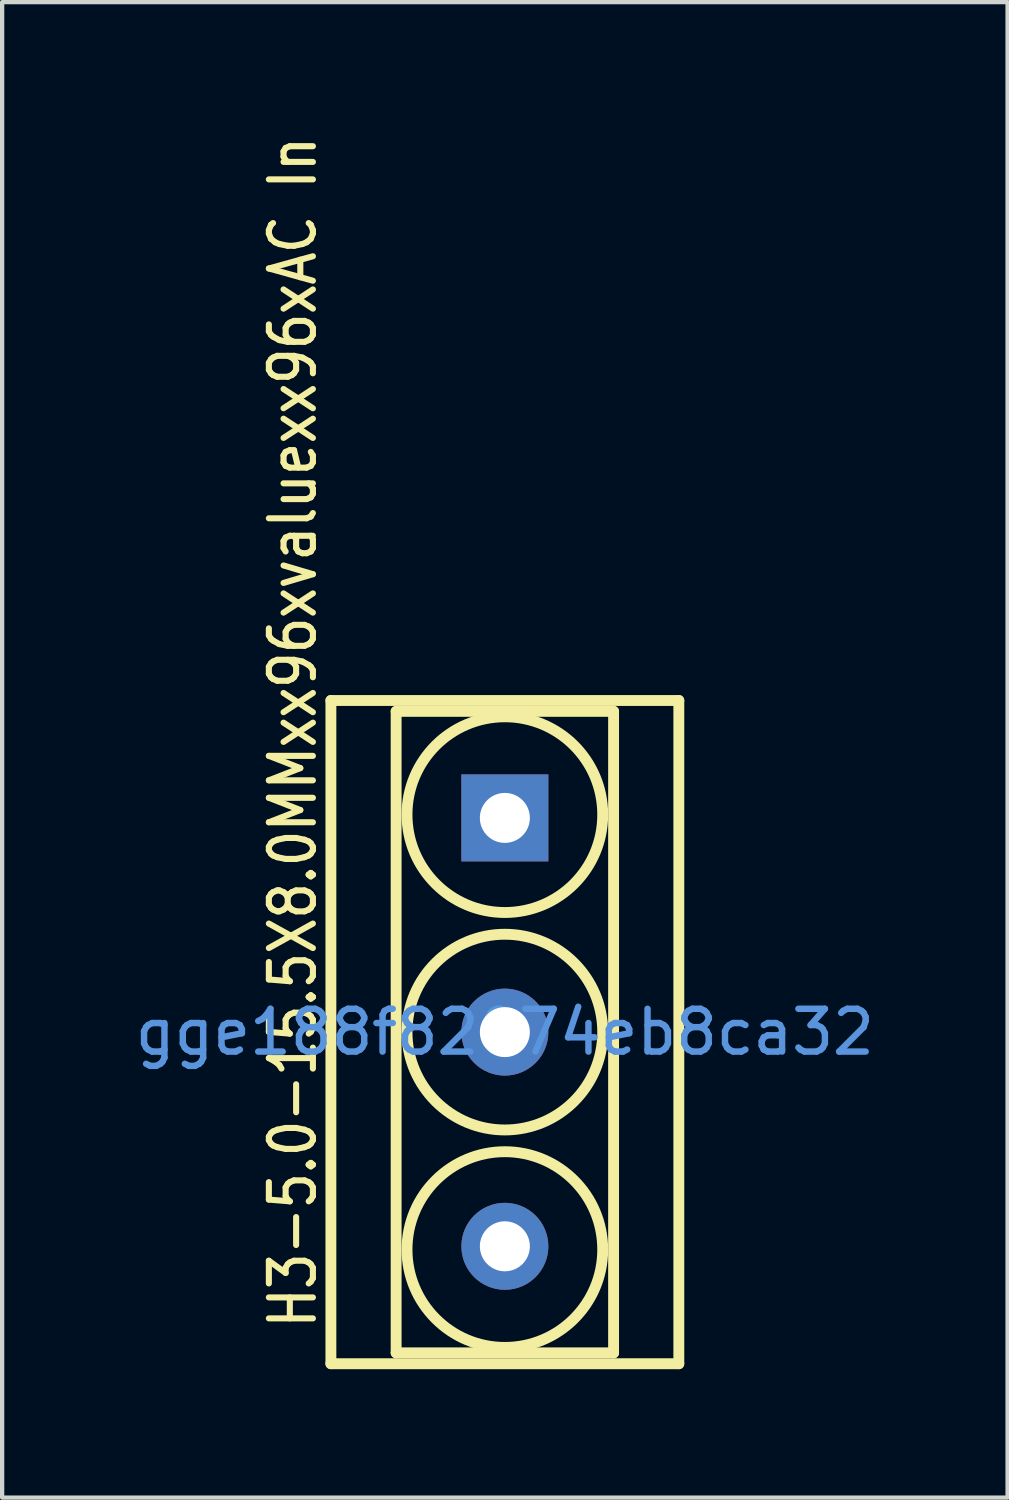
<source format=kicad_pcb>
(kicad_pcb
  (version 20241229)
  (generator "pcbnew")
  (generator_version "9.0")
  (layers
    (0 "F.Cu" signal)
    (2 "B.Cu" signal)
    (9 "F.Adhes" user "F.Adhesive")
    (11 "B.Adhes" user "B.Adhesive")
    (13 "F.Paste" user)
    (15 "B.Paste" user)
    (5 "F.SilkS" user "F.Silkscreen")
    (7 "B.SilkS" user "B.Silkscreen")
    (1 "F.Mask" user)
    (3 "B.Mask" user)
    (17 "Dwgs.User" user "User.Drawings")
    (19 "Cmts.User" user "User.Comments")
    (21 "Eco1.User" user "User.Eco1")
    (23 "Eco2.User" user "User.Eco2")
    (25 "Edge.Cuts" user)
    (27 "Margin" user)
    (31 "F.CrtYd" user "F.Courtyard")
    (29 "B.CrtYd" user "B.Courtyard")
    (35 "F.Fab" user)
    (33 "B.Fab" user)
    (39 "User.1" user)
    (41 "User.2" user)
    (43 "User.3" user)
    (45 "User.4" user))
  (footprint "H3-5.0-15.5X8.0MMxx96xvaluexx96xAC In"
    (layer "F.Cu")
    (at 8.744 21.061)
    (property "Reference" "H3-5.0-15.5X8.0MMxx96xvaluexx96xAC In" (at -4.953 6.985 270) (layer "F.SilkS") (effects (font (size 1.029 0.857) (thickness 0.142)) (justify left)))
    (fp_line (start -4.064 -7.747) (end 4.064 -7.747) (stroke (width 0.254) (type solid)) (layer "F.SilkS"))
    (fp_line (start -4.064 7.747) (end -4.064 -7.747) (stroke (width 0.254) (type solid)) (layer "F.SilkS"))
    (fp_line (start -2.54 -7.493) (end 2.54 -7.493) (stroke (width 0.254) (type solid)) (layer "F.SilkS"))
    (fp_line (start -2.54 7.493) (end -2.54 -7.493) (stroke (width 0.254) (type solid)) (layer "F.SilkS"))
    (fp_line (start 2.54 -7.493) (end 2.54 7.493) (stroke (width 0.254) (type solid)) (layer "F.SilkS"))
    (fp_line (start 2.54 7.493) (end -2.54 7.493) (stroke (width 0.254) (type solid)) (layer "F.SilkS"))
    (fp_line (start 4.064 -7.747) (end 4.064 7.747) (stroke (width 0.254) (type solid)) (layer "F.SilkS"))
    (fp_line (start 4.064 7.747) (end -4.064 7.747) (stroke (width 0.254) (type solid)) (layer "F.SilkS"))
    (fp_circle (center 0 -5.08) (end 2.286 -5.08) (stroke (width 0.254) (type solid)) (fill no) (layer "F.SilkS"))
    (fp_circle (center 0 0) (end 2.286 0) (stroke (width 0.254) (type solid)) (fill no) (layer "F.SilkS"))
    (fp_circle (center 0 5.08) (end 2.286 5.08) (stroke (width 0.254) (type solid)) (fill no) (layer "F.SilkS"))
    (fp_text user "gge188f82074eb8ca32" (at 0 0 0) (layer "Cmts.User") (effects (font (size 1 1) (thickness 0.15))))
    (pad "1" thru_hole rect (at 0 -5.004) (size 2.032 2.032) (drill 1.168) (layers "*.Cu" "*.Paste" "*.Mask"))
    (pad "2" thru_hole circle (at 0 0) (size 2.032 2.032) (drill 1.168) (layers "*.Cu" "*.Paste" "*.Mask"))
    (pad "3" thru_hole circle (at 0 5.004) (size 2.032 2.032) (drill 1.168) (layers "*.Cu" "*.Paste" "*.Mask")))
  (gr_rect
    (start -3 -3)
    (end 20.488 31.935)
    (stroke (width 0.1) (type default))
    (fill no)
    (layer "Edge.Cuts")))
</source>
